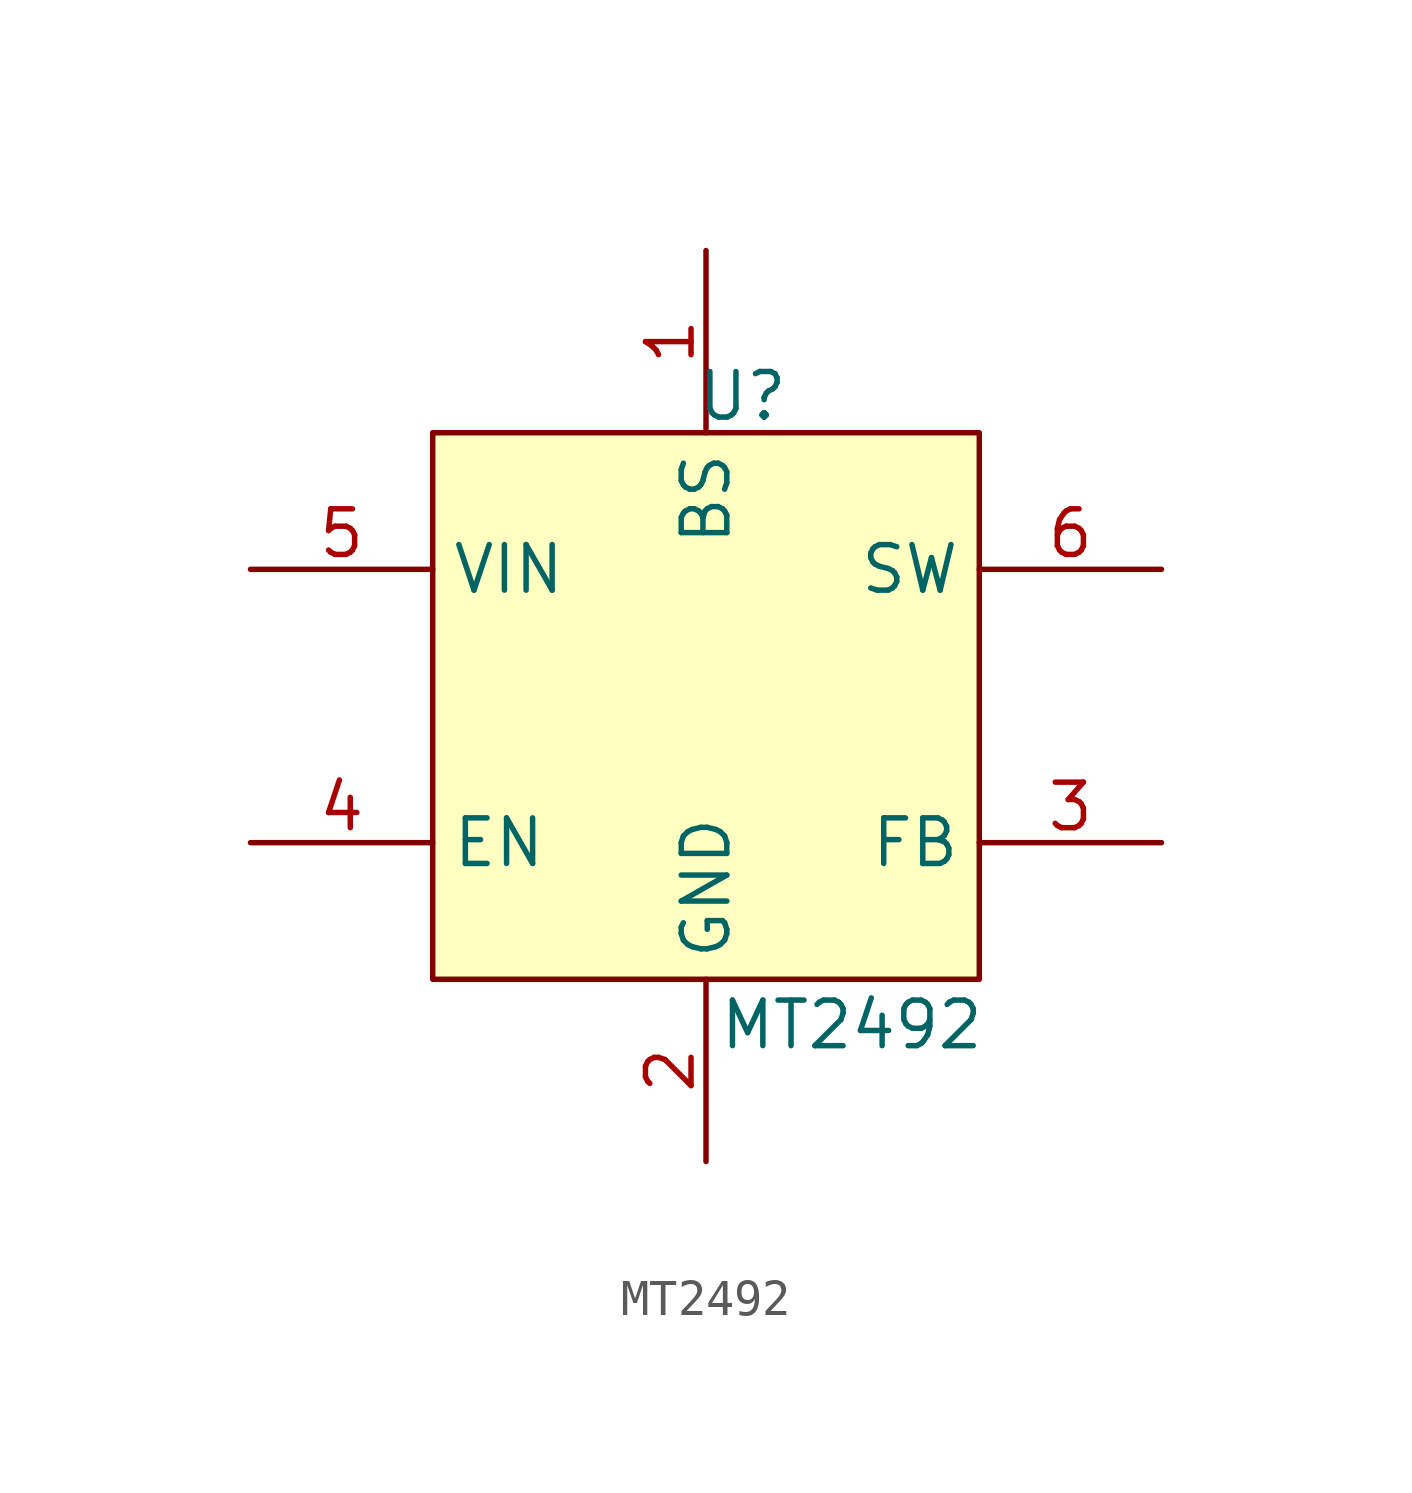
<source format=kicad_sym>
(kicad_symbol_lib
  (version 20231120)
  (generator "kicad_symbol_editor")
  (generator_version "8.0")
  (symbol "MT2492"
    (property "Reference" "U"
      (at 1.016 8.636 0)
      (effects (font (size 1.27 1.27))))
    (property "Value" "MT2492"
      (at 4.064 -8.89 0)
      (effects (font (size 1.27 1.27))))
    (symbol "MT2492_0_1"
      (rectangle (start -7.62 7.62) (end 7.62 -7.62) (stroke (width 0) (type default)) (fill (type background)))
      (pin bidirectional line (at 0 12.7 270) (length 5.08) (name "BS" (effects (font (size 1.27 1.27)))) (number "1" (effects (font (size 1.27 1.27)))))
      (pin power_in line (at 0 -12.7 90) (length 5.08) (name "GND" (effects (font (size 1.27 1.27)))) (number "2" (effects (font (size 1.27 1.27)))))
      (pin bidirectional line (at 12.7 -3.81 180) (length 5.08) (name "FB" (effects (font (size 1.27 1.27)))) (number "3" (effects (font (size 1.27 1.27)))))
      (pin input line (at -12.7 -3.81 0) (length 5.08) (name "EN" (effects (font (size 1.27 1.27)))) (number "4" (effects (font (size 1.27 1.27)))))
      (pin output line (at 12.7 3.81 180) (length 5.08) (name "SW" (effects (font (size 1.27 1.27)))) (number "6" (effects (font (size 1.27 1.27))))))
    (symbol "MT2492_1_1"
      (pin power_in line (at -12.7 3.81 0) (length 5.08) (name "VIN" (effects (font (size 1.27 1.27)))) (number "5" (effects (font (size 1.27 1.27))))))))
</source>
